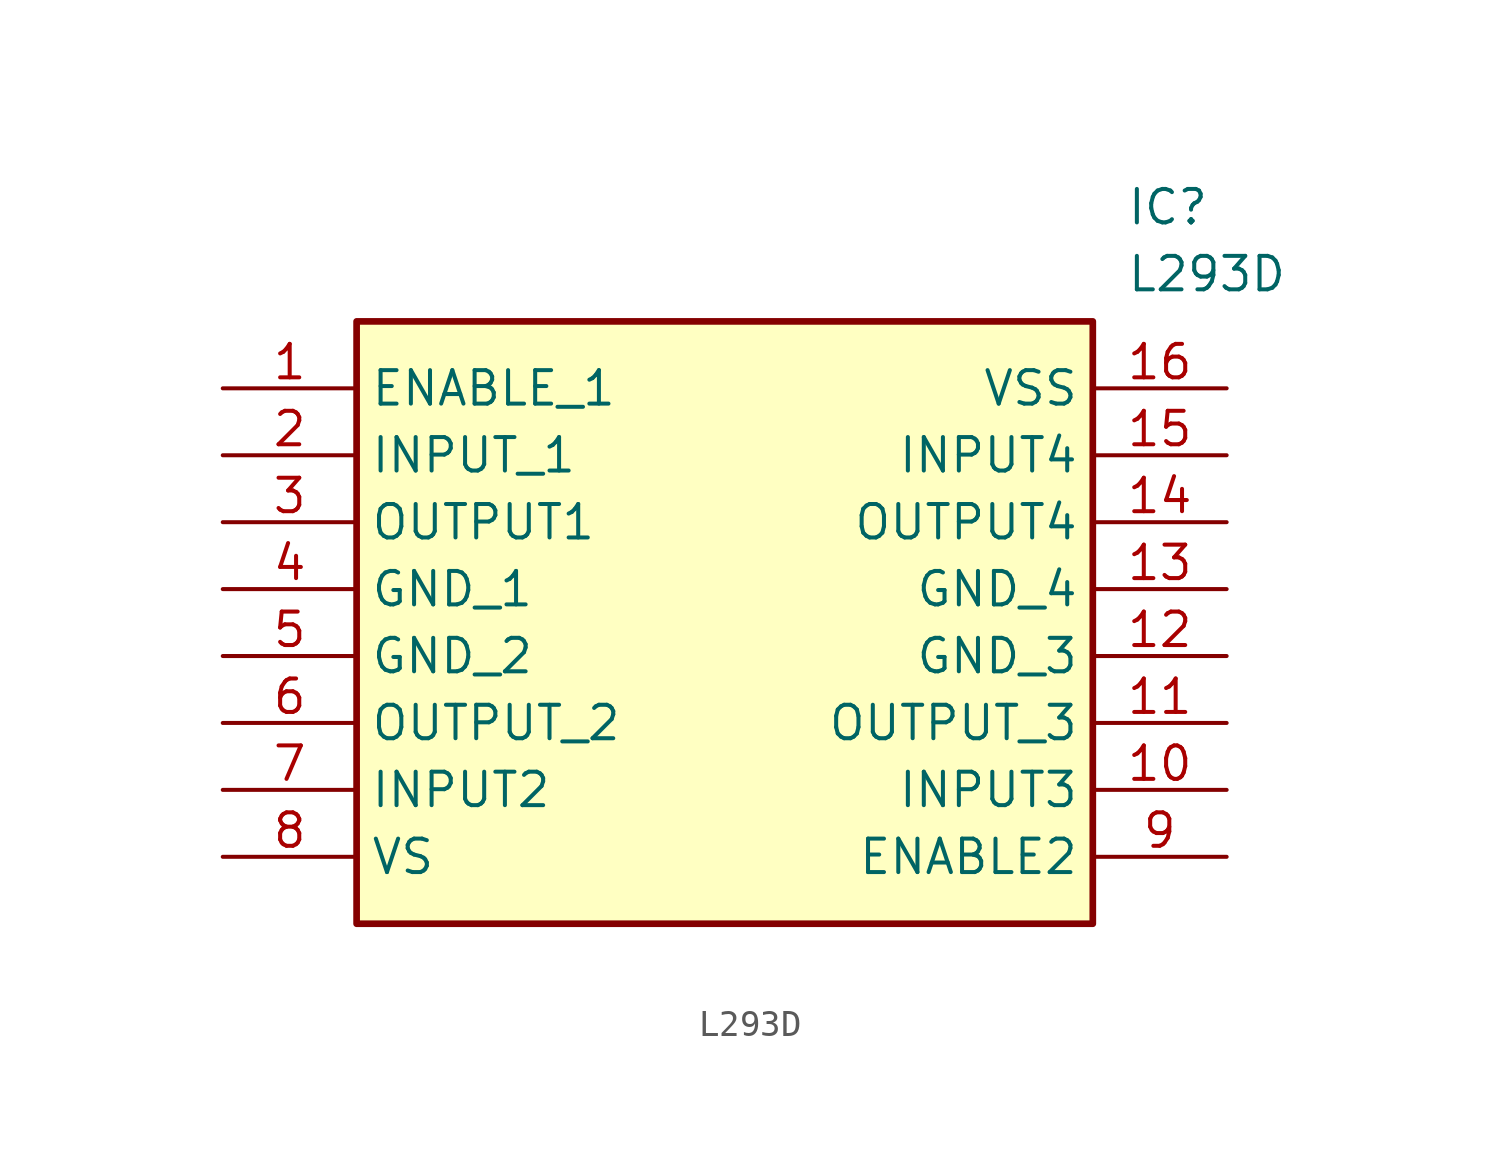
<source format=kicad_sym>
(kicad_symbol_lib
  (version 20211014)
  (generator SamacSys_ECAD_Model)
  (symbol "L293D"
    (property "Reference" "IC"
      (at 34.29 7.62 0)
      (effects (font (size 1.27 1.27)) (justify left top)))
    (property "Value" "L293D"
      (at 34.29 5.08 0)
      (effects (font (size 1.27 1.27)) (justify left top)))
    (rectangle
      (start 5.08 2.54)
      (end 33.02 -20.32)
      (stroke (width 0.254) (type default))
      (fill (type background)))
    (pin passive line
      (at 0 0 0)
      (length 5.08)
      (name "ENABLE_1" (effects (font (size 1.27 1.27))))
      (number "1" (effects (font (size 1.27 1.27)))))
    (pin passive line
      (at 0 -2.54 0)
      (length 5.08)
      (name "INPUT_1" (effects (font (size 1.27 1.27))))
      (number "2" (effects (font (size 1.27 1.27)))))
    (pin passive line
      (at 0 -5.08 0)
      (length 5.08)
      (name "OUTPUT1" (effects (font (size 1.27 1.27))))
      (number "3" (effects (font (size 1.27 1.27)))))
    (pin passive line
      (at 0 -7.62 0)
      (length 5.08)
      (name "GND_1" (effects (font (size 1.27 1.27))))
      (number "4" (effects (font (size 1.27 1.27)))))
    (pin passive line
      (at 0 -10.16 0)
      (length 5.08)
      (name "GND_2" (effects (font (size 1.27 1.27))))
      (number "5" (effects (font (size 1.27 1.27)))))
    (pin passive line
      (at 0 -12.7 0)
      (length 5.08)
      (name "OUTPUT_2" (effects (font (size 1.27 1.27))))
      (number "6" (effects (font (size 1.27 1.27)))))
    (pin passive line
      (at 0 -15.24 0)
      (length 5.08)
      (name "INPUT2" (effects (font (size 1.27 1.27))))
      (number "7" (effects (font (size 1.27 1.27)))))
    (pin passive line
      (at 0 -17.78 0)
      (length 5.08)
      (name "VS" (effects (font (size 1.27 1.27))))
      (number "8" (effects (font (size 1.27 1.27)))))
    (pin passive line
      (at 38.1 0 180)
      (length 5.08)
      (name "VSS" (effects (font (size 1.27 1.27))))
      (number "16" (effects (font (size 1.27 1.27)))))
    (pin passive line
      (at 38.1 -2.54 180)
      (length 5.08)
      (name "INPUT4" (effects (font (size 1.27 1.27))))
      (number "15" (effects (font (size 1.27 1.27)))))
    (pin passive line
      (at 38.1 -5.08 180)
      (length 5.08)
      (name "OUTPUT4" (effects (font (size 1.27 1.27))))
      (number "14" (effects (font (size 1.27 1.27)))))
    (pin passive line
      (at 38.1 -7.62 180)
      (length 5.08)
      (name "GND_4" (effects (font (size 1.27 1.27))))
      (number "13" (effects (font (size 1.27 1.27)))))
    (pin passive line
      (at 38.1 -10.16 180)
      (length 5.08)
      (name "GND_3" (effects (font (size 1.27 1.27))))
      (number "12" (effects (font (size 1.27 1.27)))))
    (pin passive line
      (at 38.1 -12.7 180)
      (length 5.08)
      (name "OUTPUT_3" (effects (font (size 1.27 1.27))))
      (number "11" (effects (font (size 1.27 1.27)))))
    (pin passive line
      (at 38.1 -15.24 180)
      (length 5.08)
      (name "INPUT3" (effects (font (size 1.27 1.27))))
      (number "10" (effects (font (size 1.27 1.27)))))
    (pin passive line
      (at 38.1 -17.78 180)
      (length 5.08)
      (name "ENABLE2" (effects (font (size 1.27 1.27))))
      (number "9" (effects (font (size 1.27 1.27)))))))
</source>
